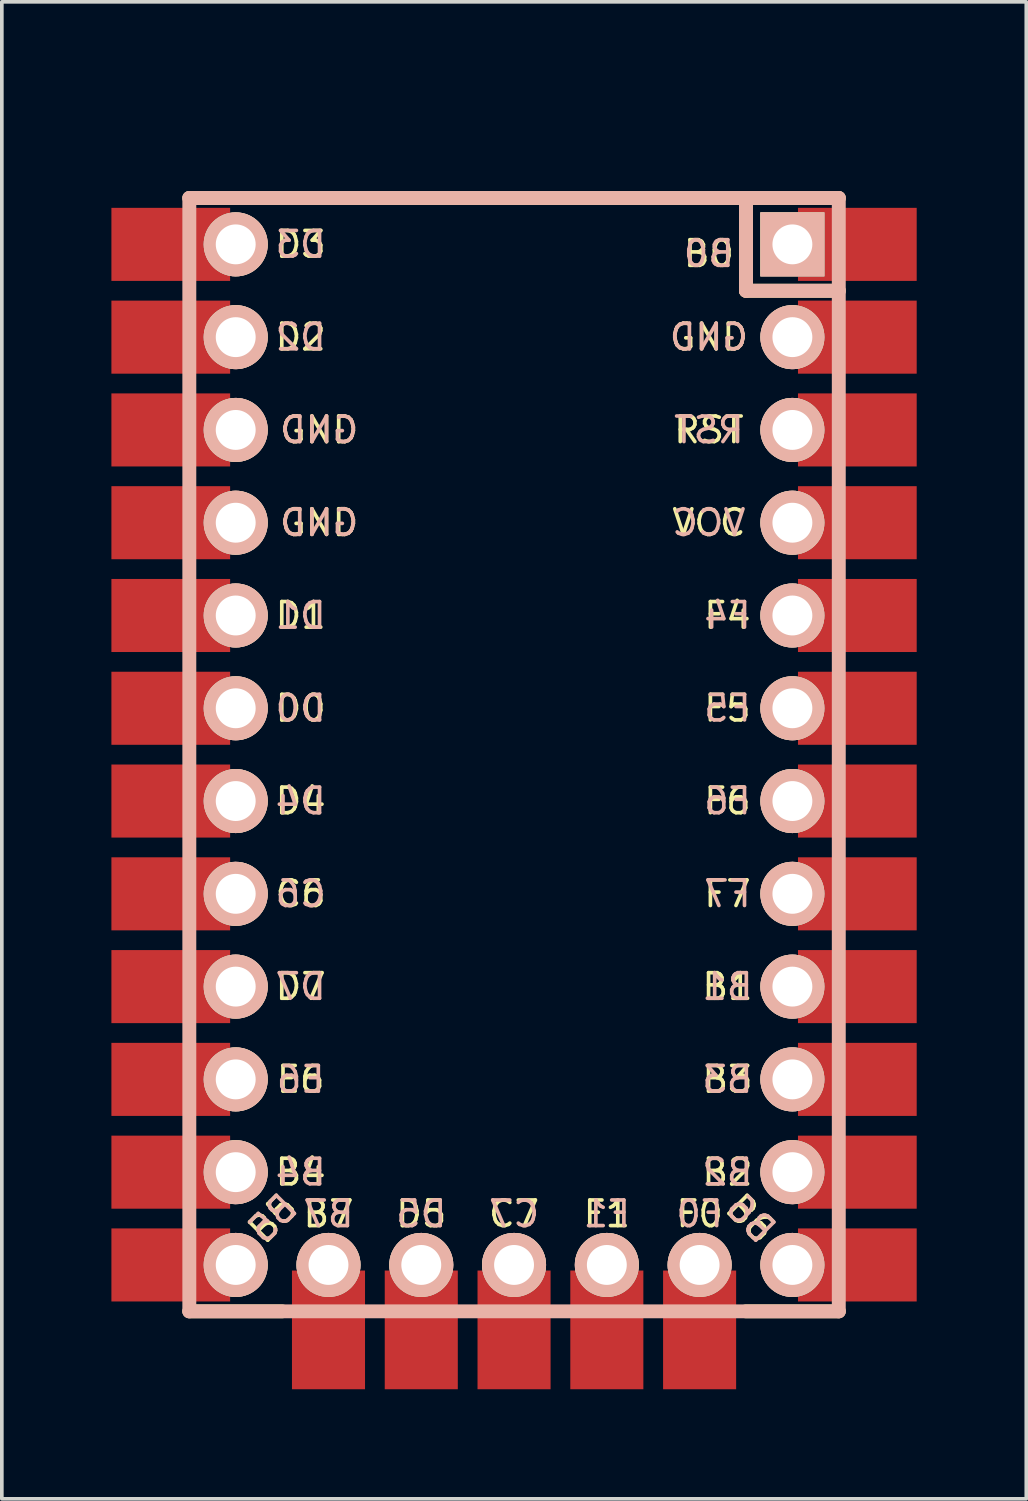
<source format=kicad_pcb>
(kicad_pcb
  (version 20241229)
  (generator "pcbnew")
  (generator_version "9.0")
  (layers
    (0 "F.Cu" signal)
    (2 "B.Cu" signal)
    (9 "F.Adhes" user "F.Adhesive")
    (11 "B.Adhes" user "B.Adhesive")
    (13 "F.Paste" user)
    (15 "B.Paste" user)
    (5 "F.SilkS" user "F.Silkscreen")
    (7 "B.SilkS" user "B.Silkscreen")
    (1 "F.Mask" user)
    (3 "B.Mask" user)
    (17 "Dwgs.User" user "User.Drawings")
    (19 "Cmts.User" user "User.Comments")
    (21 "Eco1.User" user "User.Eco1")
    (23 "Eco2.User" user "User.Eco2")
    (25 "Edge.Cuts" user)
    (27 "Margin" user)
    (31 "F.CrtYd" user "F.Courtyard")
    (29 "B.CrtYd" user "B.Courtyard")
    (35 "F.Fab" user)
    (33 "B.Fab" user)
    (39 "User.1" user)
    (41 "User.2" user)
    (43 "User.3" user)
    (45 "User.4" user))
  (footprint "Elite-C-v3"
    (layer "F.Cu")
    (at 11.023 17.61)
    (property "Reference" "Elite-C-v3" (at 0 -16.51 0) (layer "Eco1.User") (effects (font (size 1.27 1.524) (thickness 0.203))))
    (attr through_hole)
    (fp_line (start -8.89 -15.24) (end 8.89 -15.24) (stroke (width 0.381) (type solid)) (layer "F.SilkS"))
    (fp_line (start -6.35 15.24) (end -8.89 15.24) (stroke (width 0.381) (type solid)) (layer "F.SilkS"))
    (fp_line (start 6.35 -15.24) (end 6.35 -12.7) (stroke (width 0.381) (type solid)) (layer "F.SilkS"))
    (fp_line (start 6.35 -12.7) (end 8.89 -12.7) (stroke (width 0.381) (type solid)) (layer "F.SilkS"))
    (fp_line (start 8.89 15.24) (end 6.35 15.24) (stroke (width 0.381) (type solid)) (layer "F.SilkS"))
    (fp_line (start -8.89 -15.24) (end 8.89 -15.24) (stroke (width 0.381) (type solid)) (layer "B.SilkS"))
    (fp_line (start -8.89 15.24) (end -8.89 -15.24) (stroke (width 0.381) (type solid)) (layer "B.SilkS"))
    (fp_line (start 6.35 -15.24) (end 6.35 -12.7) (stroke (width 0.381) (type solid)) (layer "B.SilkS"))
    (fp_line (start 6.35 -12.7) (end 8.89 -12.7) (stroke (width 0.381) (type solid)) (layer "B.SilkS"))
    (fp_line (start 8.89 -15.24) (end 8.89 15.24) (stroke (width 0.381) (type solid)) (layer "B.SilkS"))
    (fp_line (start 8.89 15.24) (end -8.89 15.24) (stroke (width 0.381) (type solid)) (layer "B.SilkS"))
    (fp_text user "D3" (at -5.842 -13.97 0) (layer "F.SilkS") (effects (font (size 0.7 0.7) (thickness 0.1))))
    (fp_text user "D0" (at -5.842 -1.27 0) (layer "F.SilkS") (effects (font (size 0.7 0.7) (thickness 0.1))))
    (fp_text user "GND" (at 5.334 -11.43 0) (layer "F.SilkS") (effects (font (size 0.7 0.7) (thickness 0.1))))
    (fp_text user "F0" (at 5.08 12.573 0) (layer "F.SilkS") (effects (font (size 0.7 0.7) (thickness 0.1))))
    (fp_text user "B5" (at -6.604 12.7 45) (layer "F.SilkS") (effects (font (size 0.7 0.7) (thickness 0.1))))
    (fp_text user "C7" (at 0 12.573 0) (layer "F.SilkS") (effects (font (size 0.7 0.7) (thickness 0.1))))
    (fp_text user "E6" (at -5.842 8.89 0) (layer "F.SilkS") (effects (font (size 0.7 0.7) (thickness 0.1))))
    (fp_text user "GND" (at -5.334 -8.89 0) (layer "F.SilkS") (effects (font (size 0.7 0.7) (thickness 0.1))))
    (fp_text user "D2" (at -5.842 -11.43 0) (layer "F.SilkS") (effects (font (size 0.7 0.7) (thickness 0.1))))
    (fp_text user "F6" (at 5.842 1.27 0) (layer "F.SilkS") (effects (font (size 0.7 0.7) (thickness 0.1))))
    (fp_text user "D5" (at -2.54 12.573 0) (layer "F.SilkS") (effects (font (size 0.7 0.7) (thickness 0.1))))
    (fp_text user "B0" (at 5.334 -13.716 0) (layer "F.SilkS") (effects (font (size 0.7 0.7) (thickness 0.1))))
    (fp_text user "C6" (at -5.842 3.81 0) (layer "F.SilkS") (effects (font (size 0.7 0.7) (thickness 0.1))))
    (fp_text user "D7" (at -5.842 6.35 0) (layer "F.SilkS") (effects (font (size 0.7 0.7) (thickness 0.1))))
    (fp_text user "F5" (at 5.842 -1.27 0) (layer "F.SilkS") (effects (font (size 0.7 0.7) (thickness 0.1))))
    (fp_text user "B7" (at -5.08 12.573 0) (layer "F.SilkS") (effects (font (size 0.7 0.7) (thickness 0.1))))
    (fp_text user "B6" (at 6.477 12.7 315) (layer "F.SilkS") (effects (font (size 0.7 0.7) (thickness 0.1))))
    (fp_text user "F7" (at 5.842 3.81 0) (layer "F.SilkS") (effects (font (size 0.7 0.7) (thickness 0.1))))
    (fp_text user "GND" (at -5.334 -6.35 0) (layer "F.SilkS") (effects (font (size 0.7 0.7) (thickness 0.1))))
    (fp_text user "F4" (at 5.842 -3.81 0) (layer "F.SilkS") (effects (font (size 0.7 0.7) (thickness 0.1))))
    (fp_text user "B2" (at 5.842 11.43 0) (layer "F.SilkS") (effects (font (size 0.7 0.7) (thickness 0.1))))
    (fp_text user "B1" (at 5.842 6.35 0) (layer "F.SilkS") (effects (font (size 0.7 0.7) (thickness 0.1))))
    (fp_text user "D1" (at -5.842 -3.81 0) (layer "F.SilkS") (effects (font (size 0.7 0.7) (thickness 0.1))))
    (fp_text user "RST" (at 5.334 -8.89 0) (layer "F.SilkS") (effects (font (size 0.7 0.7) (thickness 0.1))))
    (fp_text user "VCC" (at 5.334 -6.35 0) (layer "F.SilkS") (effects (font (size 0.7 0.7) (thickness 0.1))))
    (fp_text user "B3" (at 5.842 8.89 0) (layer "F.SilkS") (effects (font (size 0.7 0.7) (thickness 0.1))))
    (fp_text user "F1" (at 2.54 12.573 0) (layer "F.SilkS") (effects (font (size 0.7 0.7) (thickness 0.1))))
    (fp_text user "D4" (at -5.842 1.27 0) (layer "F.SilkS") (effects (font (size 0.7 0.7) (thickness 0.1))))
    (fp_text user "B4" (at -5.842 11.43 0) (layer "F.SilkS") (effects (font (size 0.7 0.7) (thickness 0.1))))
    (fp_text user "F7" (at 5.842 3.81 0) (layer "B.SilkS") (effects (font (size 0.7 0.7) (thickness 0.1)) (justify mirror)))
    (fp_text user "VCC" (at 5.334 -6.35 0) (layer "B.SilkS") (effects (font (size 0.7 0.7) (thickness 0.1)) (justify mirror)))
    (fp_text user "E6" (at -5.842 8.89 0) (layer "B.SilkS") (effects (font (size 0.7 0.7) (thickness 0.1)) (justify mirror)))
    (fp_text user "F5" (at 5.842 -1.27 0) (layer "B.SilkS") (effects (font (size 0.7 0.7) (thickness 0.1)) (justify mirror)))
    (fp_text user "B5" (at -6.604 12.7 45) (layer "B.SilkS") (effects (font (size 0.7 0.7) (thickness 0.1)) (justify mirror)))
    (fp_text user "B7" (at -5.08 12.573 0) (layer "B.SilkS") (effects (font (size 0.7 0.7) (thickness 0.1)) (justify mirror)))
    (fp_text user "D7" (at -5.842 6.35 0) (layer "B.SilkS") (effects (font (size 0.7 0.7) (thickness 0.1)) (justify mirror)))
    (fp_text user "B4" (at -5.842 11.43 0) (layer "B.SilkS") (effects (font (size 0.7 0.7) (thickness 0.1)) (justify mirror)))
    (fp_text user "GND" (at -5.334 -8.89 0) (layer "B.SilkS") (effects (font (size 0.7 0.7) (thickness 0.1)) (justify mirror)))
    (fp_text user "B0" (at 5.334 -13.716 0) (layer "B.SilkS") (effects (font (size 0.7 0.7) (thickness 0.1)) (justify mirror)))
    (fp_text user "GND" (at -5.334 -6.35 0) (layer "B.SilkS") (effects (font (size 0.7 0.7) (thickness 0.1)) (justify mirror)))
    (fp_text user "F6" (at 5.842 1.27 0) (layer "B.SilkS") (effects (font (size 0.7 0.7) (thickness 0.1)) (justify mirror)))
    (fp_text user "F1" (at 2.54 12.573 0) (layer "B.SilkS") (effects (font (size 0.7 0.7) (thickness 0.1)) (justify mirror)))
    (fp_text user "F0" (at 5.08 12.573 0) (layer "B.SilkS") (effects (font (size 0.7 0.7) (thickness 0.1)) (justify mirror)))
    (fp_text user "D3" (at -5.842 -13.97 0) (layer "B.SilkS") (effects (font (size 0.7 0.7) (thickness 0.1)) (justify mirror)))
    (fp_text user "D2" (at -5.842 -11.43 0) (layer "B.SilkS") (effects (font (size 0.7 0.7) (thickness 0.1)) (justify mirror)))
    (fp_text user "RST" (at 5.334 -8.89 0) (layer "B.SilkS") (effects (font (size 0.7 0.7) (thickness 0.1)) (justify mirror)))
    (fp_text user "B3" (at 5.842 8.89 0) (layer "B.SilkS") (effects (font (size 0.7 0.7) (thickness 0.1)) (justify mirror)))
    (fp_text user "B6" (at 6.477 12.7 315) (layer "B.SilkS") (effects (font (size 0.7 0.7) (thickness 0.1)) (justify mirror)))
    (fp_text user "C6" (at -5.842 3.81 0) (layer "B.SilkS") (effects (font (size 0.7 0.7) (thickness 0.1)) (justify mirror)))
    (fp_text user "F4" (at 5.842 -3.81 0) (layer "B.SilkS") (effects (font (size 0.7 0.7) (thickness 0.1)) (justify mirror)))
    (fp_text user "B2" (at 5.842 11.43 0) (layer "B.SilkS") (effects (font (size 0.7 0.7) (thickness 0.1)) (justify mirror)))
    (fp_text user "C7" (at 0 12.573 0) (layer "B.SilkS") (effects (font (size 0.7 0.7) (thickness 0.1)) (justify mirror)))
    (fp_text user "B1" (at 5.842 6.35 0) (layer "B.SilkS") (effects (font (size 0.7 0.7) (thickness 0.1)) (justify mirror)))
    (fp_text user "D5" (at -2.54 12.573 0) (layer "B.SilkS") (effects (font (size 0.7 0.7) (thickness 0.1)) (justify mirror)))
    (fp_text user "D0" (at -5.842 -1.27 0) (layer "B.SilkS") (effects (font (size 0.7 0.7) (thickness 0.1)) (justify mirror)))
    (fp_text user "D4" (at -5.842 1.27 0) (layer "B.SilkS") (effects (font (size 0.7 0.7) (thickness 0.1)) (justify mirror)))
    (fp_text user "GND" (at 5.334 -11.43 0) (layer "B.SilkS") (effects (font (size 0.7 0.7) (thickness 0.1)) (justify mirror)))
    (fp_text user "D1" (at -5.842 -3.81 0) (layer "B.SilkS") (effects (font (size 0.7 0.7) (thickness 0.1)) (justify mirror)))
    (pad "1" thru_hole rect (at 7.62 -13.97 90) (size 1.753 1.753) (drill 1.092) (layers "*.Cu" "*.SilkS" "*.Mask"))
    (pad "1" smd rect (at 9.398 -13.97 90) (size 2 3.25) (layers "F.Cu" "F.Mask" "F.Paste"))
    (pad "2" thru_hole circle (at 7.62 -11.43 90) (size 1.753 1.753) (drill 1.092) (layers "*.Cu" "*.SilkS" "*.Mask"))
    (pad "2" smd rect (at 9.398 -11.43 90) (size 2 3.25) (layers "F.Cu" "F.Mask" "F.Paste"))
    (pad "3" thru_hole circle (at 7.62 -8.89 90) (size 1.753 1.753) (drill 1.092) (layers "*.Cu" "*.SilkS" "*.Mask"))
    (pad "3" smd rect (at 9.398 -8.89 90) (size 2 3.25) (layers "F.Cu" "F.Mask" "F.Paste"))
    (pad "4" thru_hole circle (at 7.62 -6.35 90) (size 1.753 1.753) (drill 1.092) (layers "*.Cu" "*.SilkS" "*.Mask"))
    (pad "4" smd rect (at 9.398 -6.35 90) (size 2 3.25) (layers "F.Cu" "F.Mask" "F.Paste"))
    (pad "5" thru_hole circle (at 7.62 -3.81 90) (size 1.753 1.753) (drill 1.092) (layers "*.Cu" "*.SilkS" "*.Mask"))
    (pad "5" smd rect (at 9.398 -3.81 90) (size 2 3.25) (layers "F.Cu" "F.Mask" "F.Paste"))
    (pad "6" thru_hole circle (at 7.62 -1.27 90) (size 1.753 1.753) (drill 1.092) (layers "*.Cu" "*.SilkS" "*.Mask"))
    (pad "6" smd rect (at 9.398 -1.27 90) (size 2 3.25) (layers "F.Cu" "F.Mask" "F.Paste"))
    (pad "7" thru_hole circle (at 7.62 1.27 90) (size 1.753 1.753) (drill 1.092) (layers "*.Cu" "*.SilkS" "*.Mask"))
    (pad "7" smd rect (at 9.398 1.27 90) (size 2 3.25) (layers "F.Cu" "F.Mask" "F.Paste"))
    (pad "8" thru_hole circle (at 7.62 3.81 90) (size 1.753 1.753) (drill 1.092) (layers "*.Cu" "*.SilkS" "*.Mask"))
    (pad "8" smd rect (at 9.398 3.81 90) (size 2 3.25) (layers "F.Cu" "F.Mask" "F.Paste"))
    (pad "9" thru_hole circle (at 7.62 6.35 90) (size 1.753 1.753) (drill 1.092) (layers "*.Cu" "*.SilkS" "*.Mask"))
    (pad "9" smd rect (at 9.398 6.35 90) (size 2 3.25) (layers "F.Cu" "F.Mask" "F.Paste"))
    (pad "10" thru_hole circle (at 7.62 8.89 90) (size 1.753 1.753) (drill 1.092) (layers "*.Cu" "*.SilkS" "*.Mask"))
    (pad "10" smd rect (at 9.398 8.89 90) (size 2 3.25) (layers "F.Cu" "F.Mask" "F.Paste"))
    (pad "11" thru_hole circle (at 7.62 11.43 90) (size 1.753 1.753) (drill 1.092) (layers "*.Cu" "*.SilkS" "*.Mask"))
    (pad "11" smd rect (at 9.398 11.43 90) (size 2 3.25) (layers "F.Cu" "F.Mask" "F.Paste"))
    (pad "12" thru_hole circle (at 7.62 13.97 90) (size 1.753 1.753) (drill 1.092) (layers "*.Cu" "*.SilkS" "*.Mask"))
    (pad "12" smd rect (at 9.398 13.97 90) (size 2 3.25) (layers "F.Cu" "F.Mask" "F.Paste"))
    (pad "13" smd rect (at -9.398 -13.97 90) (size 2 3.25) (layers "F.Cu" "F.Mask" "F.Paste"))
    (pad "13" thru_hole circle (at -7.62 -13.97 90) (size 1.753 1.753) (drill 1.092) (layers "*.Cu" "*.SilkS" "*.Mask"))
    (pad "14" smd rect (at -9.398 -11.43 90) (size 2 3.25) (layers "F.Cu" "F.Mask" "F.Paste"))
    (pad "14" thru_hole circle (at -7.62 -11.43 90) (size 1.753 1.753) (drill 1.092) (layers "*.Cu" "*.SilkS" "*.Mask"))
    (pad "15" smd rect (at -9.398 -8.89 90) (size 2 3.25) (layers "F.Cu" "F.Mask" "F.Paste"))
    (pad "15" thru_hole circle (at -7.62 -8.89 90) (size 1.753 1.753) (drill 1.092) (layers "*.Cu" "*.SilkS" "*.Mask"))
    (pad "16" smd rect (at -9.398 -6.35 90) (size 2 3.25) (layers "F.Cu" "F.Mask" "F.Paste"))
    (pad "16" thru_hole circle (at -7.62 -6.35 90) (size 1.753 1.753) (drill 1.092) (layers "*.Cu" "*.SilkS" "*.Mask"))
    (pad "17" smd rect (at -9.398 -3.81 90) (size 2 3.25) (layers "F.Cu" "F.Mask" "F.Paste"))
    (pad "17" thru_hole circle (at -7.62 -3.81 90) (size 1.753 1.753) (drill 1.092) (layers "*.Cu" "*.SilkS" "*.Mask"))
    (pad "18" smd rect (at -9.398 -1.27 90) (size 2 3.25) (layers "F.Cu" "F.Mask" "F.Paste"))
    (pad "18" thru_hole circle (at -7.62 -1.27 90) (size 1.753 1.753) (drill 1.092) (layers "*.Cu" "*.SilkS" "*.Mask"))
    (pad "19" smd rect (at -9.398 1.27 90) (size 2 3.25) (layers "F.Cu" "F.Mask" "F.Paste"))
    (pad "19" thru_hole circle (at -7.62 1.27 90) (size 1.753 1.753) (drill 1.092) (layers "*.Cu" "*.SilkS" "*.Mask"))
    (pad "20" smd rect (at -9.398 3.81 90) (size 2 3.25) (layers "F.Cu" "F.Mask" "F.Paste"))
    (pad "20" thru_hole circle (at -7.62 3.81 90) (size 1.753 1.753) (drill 1.092) (layers "*.Cu" "*.SilkS" "*.Mask"))
    (pad "21" smd rect (at -9.398 6.35 90) (size 2 3.25) (layers "F.Cu" "F.Mask" "F.Paste"))
    (pad "21" thru_hole circle (at -7.62 6.35 90) (size 1.753 1.753) (drill 1.092) (layers "*.Cu" "*.SilkS" "*.Mask"))
    (pad "22" smd rect (at -9.398 8.89 90) (size 2 3.25) (layers "F.Cu" "F.Mask" "F.Paste"))
    (pad "22" thru_hole circle (at -7.62 8.89 90) (size 1.753 1.753) (drill 1.092) (layers "*.Cu" "*.SilkS" "*.Mask"))
    (pad "23" smd rect (at -9.398 11.43 90) (size 2 3.25) (layers "F.Cu" "F.Mask" "F.Paste"))
    (pad "23" thru_hole circle (at -7.62 11.43 90) (size 1.753 1.753) (drill 1.092) (layers "*.Cu" "*.SilkS" "*.Mask"))
    (pad "24" smd rect (at -9.398 13.97 90) (size 2 3.25) (layers "F.Cu" "F.Mask" "F.Paste"))
    (pad "24" thru_hole circle (at -7.62 13.97 90) (size 1.753 1.753) (drill 1.092) (layers "*.Cu" "*.SilkS" "*.Mask"))
    (pad "25" thru_hole circle (at -5.08 13.97 90) (size 1.753 1.753) (drill 1.092) (layers "*.Cu" "*.SilkS" "*.Mask"))
    (pad "25" smd rect (at -5.08 15.748 180) (size 2 3.25) (layers "F.Cu" "F.Mask" "F.Paste"))
    (pad "26" thru_hole circle (at -2.54 13.97 90) (size 1.753 1.753) (drill 1.092) (layers "*.Cu" "*.SilkS" "*.Mask"))
    (pad "26" smd rect (at -2.54 15.748 180) (size 2 3.25) (layers "F.Cu" "F.Mask" "F.Paste"))
    (pad "27" thru_hole circle (at 0 13.97 90) (size 1.753 1.753) (drill 1.092) (layers "*.Cu" "*.SilkS" "*.Mask"))
    (pad "27" smd rect (at 0 15.748 180) (size 2 3.25) (layers "F.Cu" "F.Mask" "F.Paste"))
    (pad "28" thru_hole circle (at 2.54 13.97 90) (size 1.753 1.753) (drill 1.092) (layers "*.Cu" "*.SilkS" "*.Mask"))
    (pad "28" smd rect (at 2.54 15.748 180) (size 2 3.25) (layers "F.Cu" "F.Mask" "F.Paste"))
    (pad "29" thru_hole circle (at 5.08 13.97 90) (size 1.753 1.753) (drill 1.092) (layers "*.Cu" "*.SilkS" "*.Mask"))
    (pad "29" smd rect (at 5.08 15.748 180) (size 2 3.25) (layers "F.Cu" "F.Mask" "F.Paste")))
  (gr_rect
    (start -3 -3)
    (end 25.046 37.983)
    (stroke (width 0.1) (type default))
    (fill no)
    (layer "Edge.Cuts")))
</source>
